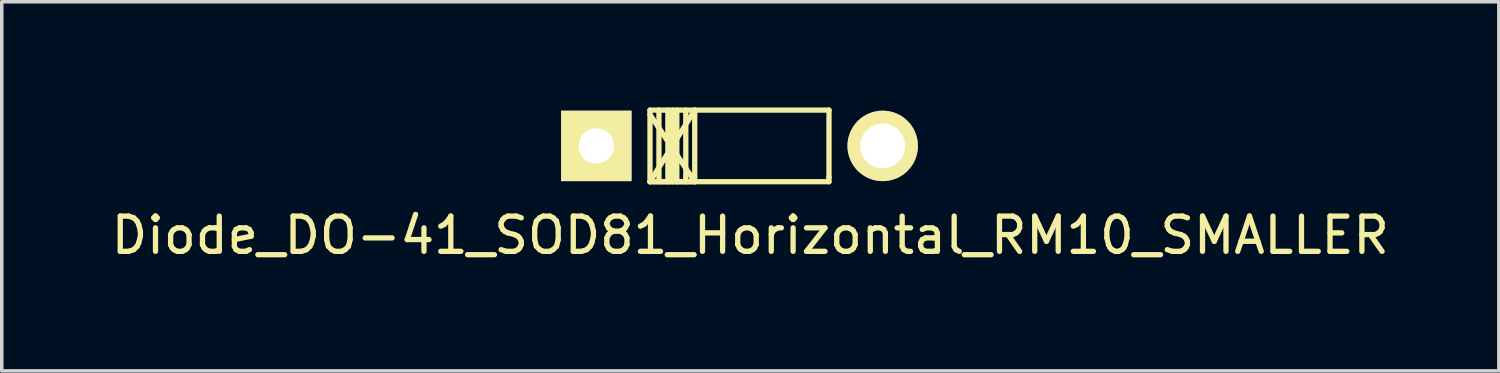
<source format=kicad_pcb>
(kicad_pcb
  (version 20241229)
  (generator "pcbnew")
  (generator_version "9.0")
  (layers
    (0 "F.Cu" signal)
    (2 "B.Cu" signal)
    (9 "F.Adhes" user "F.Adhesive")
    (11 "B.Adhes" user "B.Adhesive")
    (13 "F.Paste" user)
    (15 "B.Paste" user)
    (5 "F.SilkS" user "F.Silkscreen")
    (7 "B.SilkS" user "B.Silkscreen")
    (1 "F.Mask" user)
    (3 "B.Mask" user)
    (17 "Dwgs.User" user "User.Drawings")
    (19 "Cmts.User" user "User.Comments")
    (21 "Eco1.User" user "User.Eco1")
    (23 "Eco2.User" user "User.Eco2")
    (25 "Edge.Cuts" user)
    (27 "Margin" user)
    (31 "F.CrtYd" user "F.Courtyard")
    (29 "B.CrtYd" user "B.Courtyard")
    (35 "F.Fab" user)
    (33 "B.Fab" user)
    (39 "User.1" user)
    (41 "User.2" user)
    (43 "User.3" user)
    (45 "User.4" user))
  (footprint "Diode_DO-41_SOD81_Horizontal_RM10_SMALLER"
    (layer "F.Cu")
    (at 12.857 1.091)
    (property "Reference" "Diode_DO-41_SOD81_Horizontal_RM10_SMALLER" (at 5.387 2.537 0) (layer "F.SilkS") (effects (font (size 1 1) (thickness 0.15))))
    (attr through_hole)
    (fp_line (start 2.54 -1.016) (end 2.54 1.016) (stroke (width 0.15) (type solid)) (layer "F.SilkS"))
    (fp_line (start 2.54 -0.889) (end 3.81 1.016) (stroke (width 0.15) (type solid)) (layer "F.SilkS"))
    (fp_line (start 2.54 1.016) (end 3.81 -1.016) (stroke (width 0.15) (type solid)) (layer "F.SilkS"))
    (fp_line (start 2.54 1.016) (end 7.62 1.016) (stroke (width 0.15) (type solid)) (layer "F.SilkS"))
    (fp_line (start 2.794 -1.016) (end 2.794 1.016) (stroke (width 0.15) (type solid)) (layer "F.SilkS"))
    (fp_line (start 3.048 -1.016) (end 3.048 1.016) (stroke (width 0.15) (type solid)) (layer "F.SilkS"))
    (fp_line (start 3.175 -1.016) (end 3.175 1.016) (stroke (width 0.15) (type solid)) (layer "F.SilkS"))
    (fp_line (start 3.302 -1.016) (end 3.302 1.016) (stroke (width 0.15) (type solid)) (layer "F.SilkS"))
    (fp_line (start 3.556 -1.016) (end 3.556 1.016) (stroke (width 0.15) (type solid)) (layer "F.SilkS"))
    (fp_line (start 3.81 -1.016) (end 3.81 1.016) (stroke (width 0.15) (type solid)) (layer "F.SilkS"))
    (fp_line (start 3.81 1.016) (end 2.54 1.016) (stroke (width 0.15) (type solid)) (layer "F.SilkS"))
    (fp_line (start 7.62 -1.016) (end 2.54 -1.016) (stroke (width 0.15) (type solid)) (layer "F.SilkS"))
    (fp_line (start 7.62 -1.016) (end 7.62 0.889) (stroke (width 0.15) (type solid)) (layer "F.SilkS"))
    (fp_line (start 7.62 0.889) (end 7.62 1.016) (stroke (width 0.15) (type solid)) (layer "F.SilkS"))
    (pad "1" thru_hole rect (at 1.016 0 180) (size 1.999 1.999) (drill 1.001) (layers "*.Cu" "*.Mask" "F.SilkS"))
    (pad "2" thru_hole circle (at 9.144 0 180) (size 1.999 1.999) (drill 1.27) (layers "*.Cu" "*.Mask" "F.SilkS")))
  (gr_rect
    (start -3 -3)
    (end 39.488 7.477)
    (stroke (width 0.1) (type default))
    (fill no)
    (layer "Edge.Cuts")))
</source>
